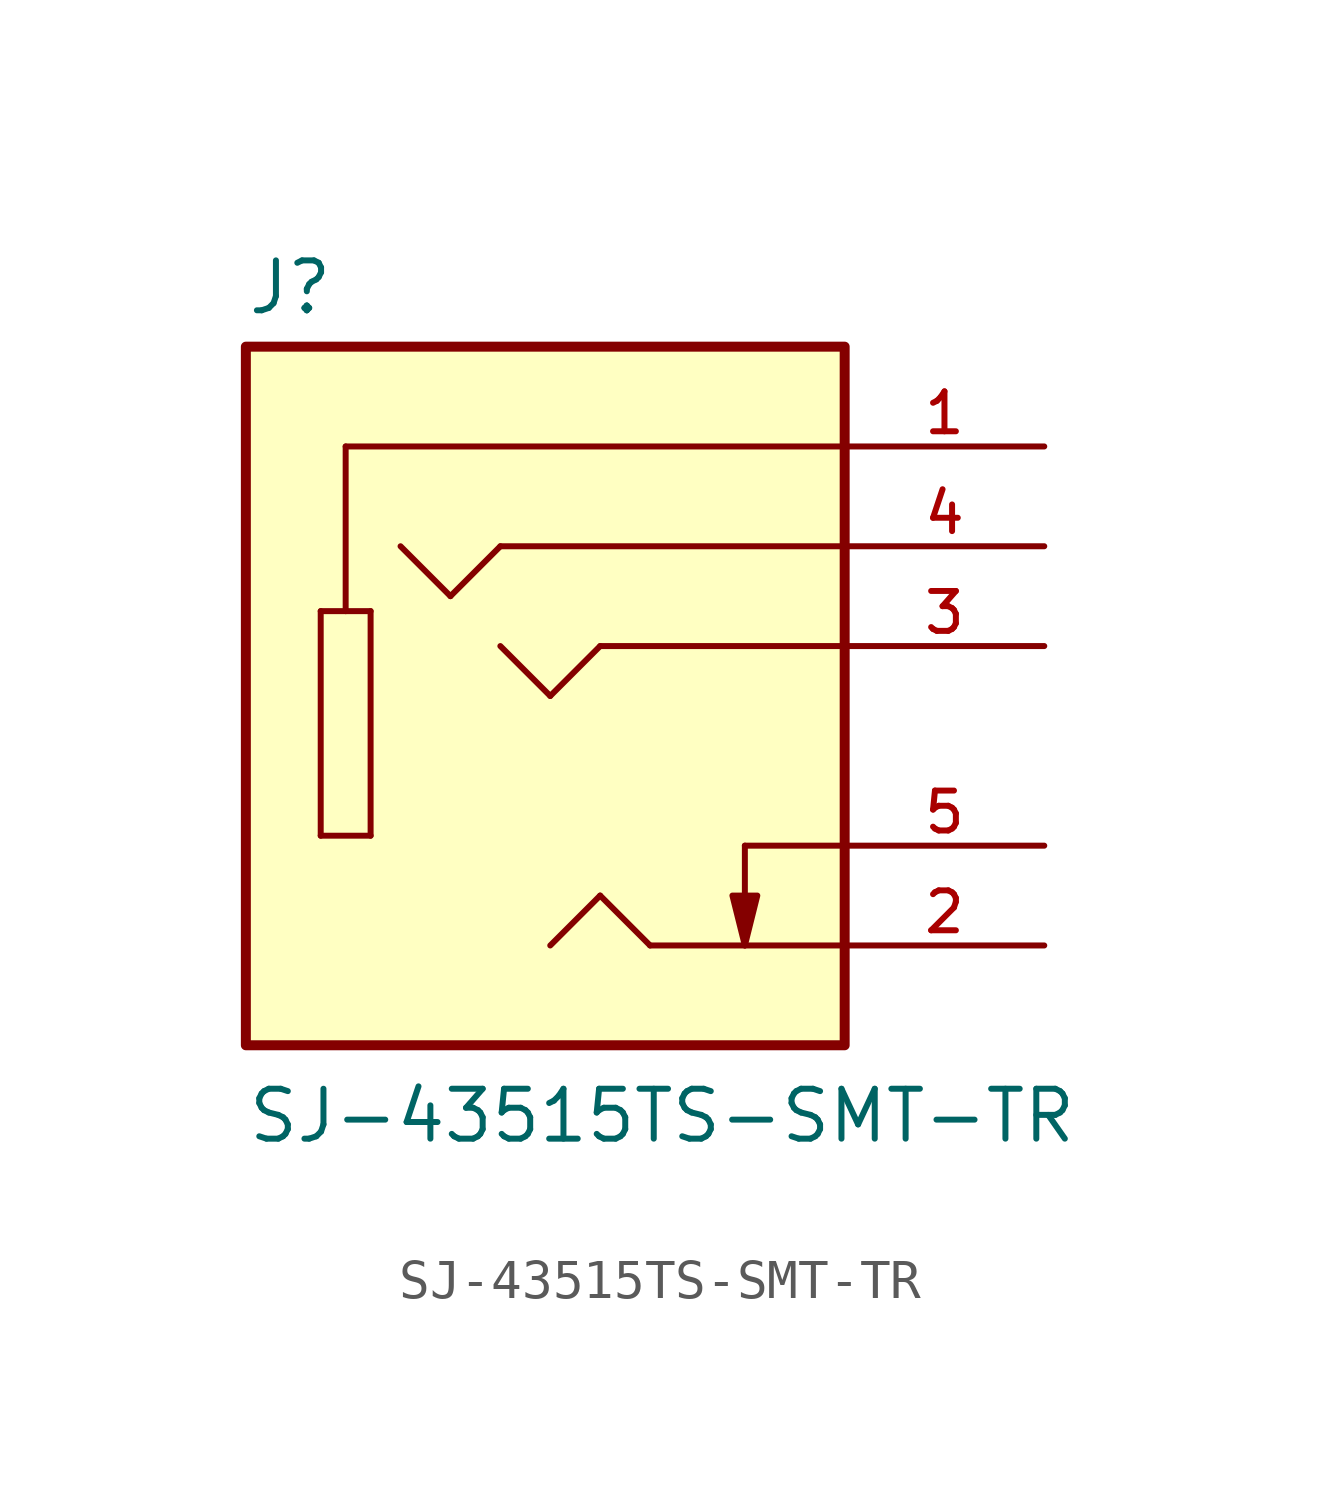
<source format=kicad_sym>
(kicad_symbol_lib
  (version 20211014)
  (generator kicad_symbol_editor)
  (symbol "SJ-43515TS-SMT-TR"
    (pin_names
      (offset 1.016))
    (property "Reference" "J"
      (at -7.62 8.382 0)
      (effects (font (size 1.27 1.27)) (justify bottom left)))
    (property "Value" "SJ-43515TS-SMT-TR"
      (at -7.62 -12.7 0)
      (effects (font (size 1.27 1.27)) (justify bottom left)))
    (symbol "SJ-43515TS-SMT-TR_0_0"
      (polyline (pts (xy 7.62 5.08) (xy -5.08 5.08)) (stroke (width 0.152)))
      (polyline (pts (xy -5.08 5.08) (xy -5.08 0.889)) (stroke (width 0.152)))
      (polyline (pts (xy -5.08 0.889) (xy -4.445 0.889)) (stroke (width 0.152)))
      (polyline (pts (xy -4.445 0.889) (xy -4.445 -4.826)) (stroke (width 0.152)))
      (polyline (pts (xy -4.445 -4.826) (xy -5.715 -4.826)) (stroke (width 0.152)))
      (polyline (pts (xy -5.715 -4.826) (xy -5.715 0.889)) (stroke (width 0.152)))
      (polyline (pts (xy -5.715 0.889) (xy -5.08 0.889)) (stroke (width 0.152)))
      (polyline (pts (xy 7.62 0.0) (xy 1.397 0.0)) (stroke (width 0.152)))
      (polyline (pts (xy 1.397 0.0) (xy 0.127 -1.27)) (stroke (width 0.152)))
      (polyline (pts (xy 0.127 -1.27) (xy -1.143 0.0)) (stroke (width 0.152)))
      (polyline (pts (xy 7.62 -7.62) (xy 2.667 -7.62)) (stroke (width 0.152)))
      (polyline (pts (xy 2.667 -7.62) (xy 1.397 -6.35)) (stroke (width 0.152)))
      (polyline (pts (xy 1.397 -6.35) (xy 0.127 -7.62)) (stroke (width 0.152)))
      (polyline (pts (xy 7.62 -5.08) (xy 5.08 -5.08)) (stroke (width 0.152)))
      (polyline (pts (xy 5.08 -5.08) (xy 5.08 -7.62)) (stroke (width 0.152)))
      (polyline (pts (xy 7.62 2.54) (xy -1.143 2.54)) (stroke (width 0.152)))
      (polyline (pts (xy -1.143 2.54) (xy -2.413 1.27)) (stroke (width 0.152)))
      (polyline (pts (xy -2.413 1.27) (xy -3.683 2.54)) (stroke (width 0.152)))
      (polyline (pts (xy 5.08 -7.62) (xy 4.763 -6.35) (xy 5.397 -6.35) (xy 5.08 -7.62)) (stroke (width 0.152)) (fill (type outline)))
      (rectangle (start -7.62 -10.16) (end 7.62 7.62) (stroke (width 0.254)) (fill (type background)))
      (pin passive line (at 12.7 5.08 180.0) (length 5.08) (name "~" (effects (font (size 1.016 1.016)))) (number "1" (effects (font (size 1.016 1.016)))))
      (pin passive line (at 12.7 -7.62 180.0) (length 5.08) (name "~" (effects (font (size 1.016 1.016)))) (number "2" (effects (font (size 1.016 1.016)))))
      (pin passive line (at 12.7 0.0 180.0) (length 5.08) (name "~" (effects (font (size 1.016 1.016)))) (number "3" (effects (font (size 1.016 1.016)))))
      (pin passive line (at 12.7 2.54 180.0) (length 5.08) (name "~" (effects (font (size 1.016 1.016)))) (number "4" (effects (font (size 1.016 1.016)))))
      (pin passive line (at 12.7 -5.08 180.0) (length 5.08) (name "~" (effects (font (size 1.016 1.016)))) (number "5" (effects (font (size 1.016 1.016))))))))
</source>
